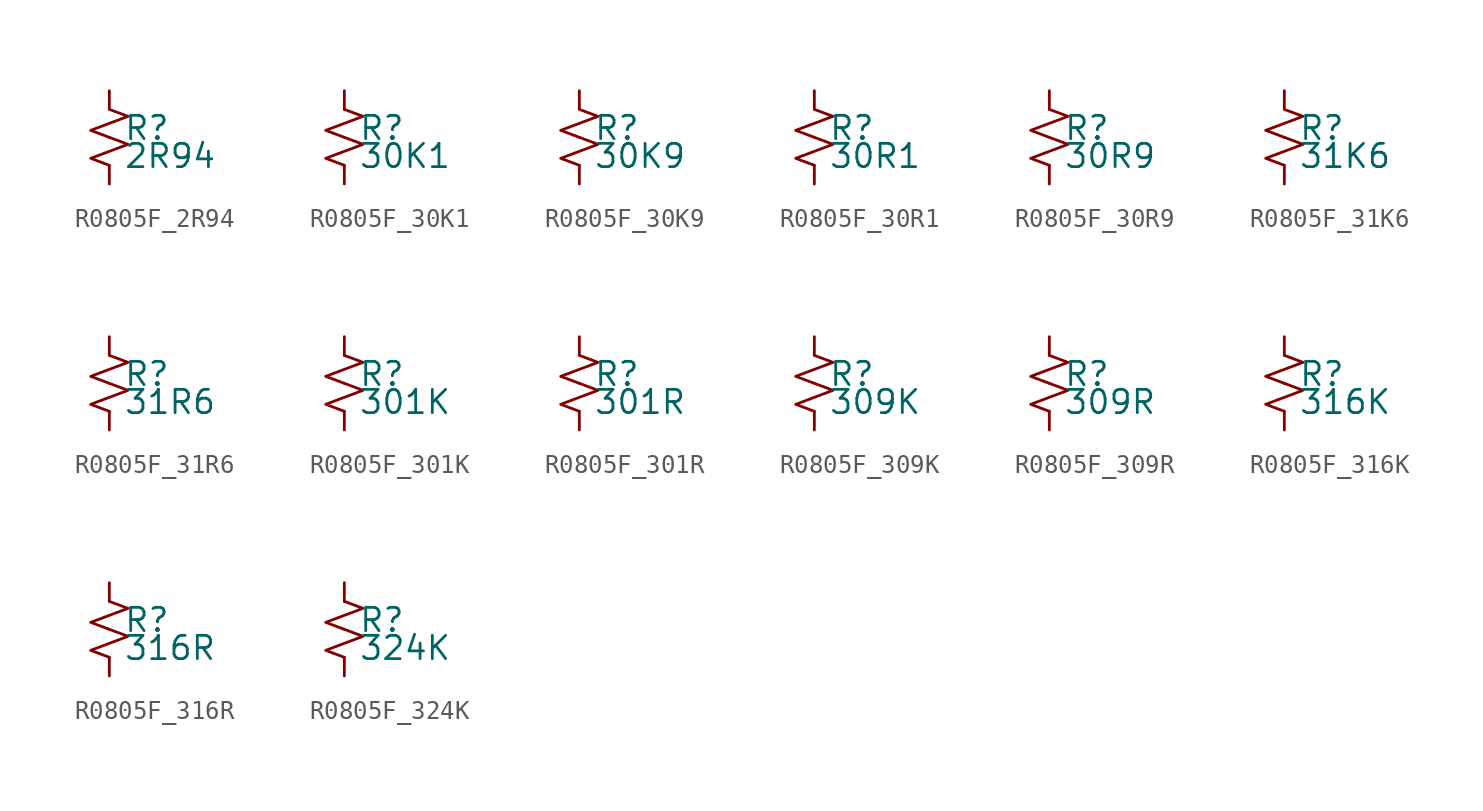
<source format=kicad_sym>
(kicad_symbol_lib
  (version 20220914)
  (generator kicad_symbol_editor)
  (symbol "R0805F_2R94"
    (pin_numbers hide)
    (pin_names
      (offset 0.254) hide)
    (property "Reference" "R"
      (at 0.762 0.508 0)
      (effects (font (size 1.27 1.27)) (justify left)))
    (property "Value" "2R94"
      (at 0.762 -1.016 0)
      (effects (font (size 1.27 1.27)) (justify left)))
    (symbol "R0805F_2R94_1_1"
      (polyline (pts (xy 0 0) (xy 1.016 -0.381) (xy 0 -0.762) (xy -1.016 -1.143) (xy 0 -1.524)) (stroke (width 0) (type default)) (fill (type none)))
      (polyline (pts (xy 0 1.524) (xy 1.016 1.143) (xy 0 0.762) (xy -1.016 0.381) (xy 0 0)) (stroke (width 0) (type default)) (fill (type none)))
      (pin passive line (at 0 2.54 270) (length 1.016) (name "~" (effects (font (size 1.27 1.27)))) (number "1" (effects (font (size 1.27 1.27)))))
      (pin passive line (at 0 -2.54 90) (length 1.016) (name "~" (effects (font (size 1.27 1.27)))) (number "2" (effects (font (size 1.27 1.27)))))))
  (symbol "R0805F_30K1"
    (pin_numbers hide)
    (pin_names
      (offset 0.254) hide)
    (property "Reference" "R"
      (at 0.762 0.508 0)
      (effects (font (size 1.27 1.27)) (justify left)))
    (property "Value" "30K1"
      (at 0.762 -1.016 0)
      (effects (font (size 1.27 1.27)) (justify left)))
    (symbol "R0805F_30K1_1_1"
      (polyline (pts (xy 0 0) (xy 1.016 -0.381) (xy 0 -0.762) (xy -1.016 -1.143) (xy 0 -1.524)) (stroke (width 0) (type default)) (fill (type none)))
      (polyline (pts (xy 0 1.524) (xy 1.016 1.143) (xy 0 0.762) (xy -1.016 0.381) (xy 0 0)) (stroke (width 0) (type default)) (fill (type none)))
      (pin passive line (at 0 2.54 270) (length 1.016) (name "~" (effects (font (size 1.27 1.27)))) (number "1" (effects (font (size 1.27 1.27)))))
      (pin passive line (at 0 -2.54 90) (length 1.016) (name "~" (effects (font (size 1.27 1.27)))) (number "2" (effects (font (size 1.27 1.27)))))))
  (symbol "R0805F_30K9"
    (pin_numbers hide)
    (pin_names
      (offset 0.254) hide)
    (property "Reference" "R"
      (at 0.762 0.508 0)
      (effects (font (size 1.27 1.27)) (justify left)))
    (property "Value" "30K9"
      (at 0.762 -1.016 0)
      (effects (font (size 1.27 1.27)) (justify left)))
    (symbol "R0805F_30K9_1_1"
      (polyline (pts (xy 0 0) (xy 1.016 -0.381) (xy 0 -0.762) (xy -1.016 -1.143) (xy 0 -1.524)) (stroke (width 0) (type default)) (fill (type none)))
      (polyline (pts (xy 0 1.524) (xy 1.016 1.143) (xy 0 0.762) (xy -1.016 0.381) (xy 0 0)) (stroke (width 0) (type default)) (fill (type none)))
      (pin passive line (at 0 2.54 270) (length 1.016) (name "~" (effects (font (size 1.27 1.27)))) (number "1" (effects (font (size 1.27 1.27)))))
      (pin passive line (at 0 -2.54 90) (length 1.016) (name "~" (effects (font (size 1.27 1.27)))) (number "2" (effects (font (size 1.27 1.27)))))))
  (symbol "R0805F_30R1"
    (pin_numbers hide)
    (pin_names
      (offset 0.254) hide)
    (property "Reference" "R"
      (at 0.762 0.508 0)
      (effects (font (size 1.27 1.27)) (justify left)))
    (property "Value" "30R1"
      (at 0.762 -1.016 0)
      (effects (font (size 1.27 1.27)) (justify left)))
    (symbol "R0805F_30R1_1_1"
      (polyline (pts (xy 0 0) (xy 1.016 -0.381) (xy 0 -0.762) (xy -1.016 -1.143) (xy 0 -1.524)) (stroke (width 0) (type default)) (fill (type none)))
      (polyline (pts (xy 0 1.524) (xy 1.016 1.143) (xy 0 0.762) (xy -1.016 0.381) (xy 0 0)) (stroke (width 0) (type default)) (fill (type none)))
      (pin passive line (at 0 2.54 270) (length 1.016) (name "~" (effects (font (size 1.27 1.27)))) (number "1" (effects (font (size 1.27 1.27)))))
      (pin passive line (at 0 -2.54 90) (length 1.016) (name "~" (effects (font (size 1.27 1.27)))) (number "2" (effects (font (size 1.27 1.27)))))))
  (symbol "R0805F_30R9"
    (pin_numbers hide)
    (pin_names
      (offset 0.254) hide)
    (property "Reference" "R"
      (at 0.762 0.508 0)
      (effects (font (size 1.27 1.27)) (justify left)))
    (property "Value" "30R9"
      (at 0.762 -1.016 0)
      (effects (font (size 1.27 1.27)) (justify left)))
    (symbol "R0805F_30R9_1_1"
      (polyline (pts (xy 0 0) (xy 1.016 -0.381) (xy 0 -0.762) (xy -1.016 -1.143) (xy 0 -1.524)) (stroke (width 0) (type default)) (fill (type none)))
      (polyline (pts (xy 0 1.524) (xy 1.016 1.143) (xy 0 0.762) (xy -1.016 0.381) (xy 0 0)) (stroke (width 0) (type default)) (fill (type none)))
      (pin passive line (at 0 2.54 270) (length 1.016) (name "~" (effects (font (size 1.27 1.27)))) (number "1" (effects (font (size 1.27 1.27)))))
      (pin passive line (at 0 -2.54 90) (length 1.016) (name "~" (effects (font (size 1.27 1.27)))) (number "2" (effects (font (size 1.27 1.27)))))))
  (symbol "R0805F_31K6"
    (pin_numbers hide)
    (pin_names
      (offset 0.254) hide)
    (property "Reference" "R"
      (at 0.762 0.508 0)
      (effects (font (size 1.27 1.27)) (justify left)))
    (property "Value" "31K6"
      (at 0.762 -1.016 0)
      (effects (font (size 1.27 1.27)) (justify left)))
    (symbol "R0805F_31K6_1_1"
      (polyline (pts (xy 0 0) (xy 1.016 -0.381) (xy 0 -0.762) (xy -1.016 -1.143) (xy 0 -1.524)) (stroke (width 0) (type default)) (fill (type none)))
      (polyline (pts (xy 0 1.524) (xy 1.016 1.143) (xy 0 0.762) (xy -1.016 0.381) (xy 0 0)) (stroke (width 0) (type default)) (fill (type none)))
      (pin passive line (at 0 2.54 270) (length 1.016) (name "~" (effects (font (size 1.27 1.27)))) (number "1" (effects (font (size 1.27 1.27)))))
      (pin passive line (at 0 -2.54 90) (length 1.016) (name "~" (effects (font (size 1.27 1.27)))) (number "2" (effects (font (size 1.27 1.27)))))))
  (symbol "R0805F_31R6"
    (pin_numbers hide)
    (pin_names
      (offset 0.254) hide)
    (property "Reference" "R"
      (at 0.762 0.508 0)
      (effects (font (size 1.27 1.27)) (justify left)))
    (property "Value" "31R6"
      (at 0.762 -1.016 0)
      (effects (font (size 1.27 1.27)) (justify left)))
    (symbol "R0805F_31R6_1_1"
      (polyline (pts (xy 0 0) (xy 1.016 -0.381) (xy 0 -0.762) (xy -1.016 -1.143) (xy 0 -1.524)) (stroke (width 0) (type default)) (fill (type none)))
      (polyline (pts (xy 0 1.524) (xy 1.016 1.143) (xy 0 0.762) (xy -1.016 0.381) (xy 0 0)) (stroke (width 0) (type default)) (fill (type none)))
      (pin passive line (at 0 2.54 270) (length 1.016) (name "~" (effects (font (size 1.27 1.27)))) (number "1" (effects (font (size 1.27 1.27)))))
      (pin passive line (at 0 -2.54 90) (length 1.016) (name "~" (effects (font (size 1.27 1.27)))) (number "2" (effects (font (size 1.27 1.27)))))))
  (symbol "R0805F_301K"
    (pin_numbers hide)
    (pin_names
      (offset 0.254) hide)
    (property "Reference" "R"
      (at 0.762 0.508 0)
      (effects (font (size 1.27 1.27)) (justify left)))
    (property "Value" "301K"
      (at 0.762 -1.016 0)
      (effects (font (size 1.27 1.27)) (justify left)))
    (symbol "R0805F_301K_1_1"
      (polyline (pts (xy 0 0) (xy 1.016 -0.381) (xy 0 -0.762) (xy -1.016 -1.143) (xy 0 -1.524)) (stroke (width 0) (type default)) (fill (type none)))
      (polyline (pts (xy 0 1.524) (xy 1.016 1.143) (xy 0 0.762) (xy -1.016 0.381) (xy 0 0)) (stroke (width 0) (type default)) (fill (type none)))
      (pin passive line (at 0 2.54 270) (length 1.016) (name "~" (effects (font (size 1.27 1.27)))) (number "1" (effects (font (size 1.27 1.27)))))
      (pin passive line (at 0 -2.54 90) (length 1.016) (name "~" (effects (font (size 1.27 1.27)))) (number "2" (effects (font (size 1.27 1.27)))))))
  (symbol "R0805F_301R"
    (pin_numbers hide)
    (pin_names
      (offset 0.254) hide)
    (property "Reference" "R"
      (at 0.762 0.508 0)
      (effects (font (size 1.27 1.27)) (justify left)))
    (property "Value" "301R"
      (at 0.762 -1.016 0)
      (effects (font (size 1.27 1.27)) (justify left)))
    (symbol "R0805F_301R_1_1"
      (polyline (pts (xy 0 0) (xy 1.016 -0.381) (xy 0 -0.762) (xy -1.016 -1.143) (xy 0 -1.524)) (stroke (width 0) (type default)) (fill (type none)))
      (polyline (pts (xy 0 1.524) (xy 1.016 1.143) (xy 0 0.762) (xy -1.016 0.381) (xy 0 0)) (stroke (width 0) (type default)) (fill (type none)))
      (pin passive line (at 0 2.54 270) (length 1.016) (name "~" (effects (font (size 1.27 1.27)))) (number "1" (effects (font (size 1.27 1.27)))))
      (pin passive line (at 0 -2.54 90) (length 1.016) (name "~" (effects (font (size 1.27 1.27)))) (number "2" (effects (font (size 1.27 1.27)))))))
  (symbol "R0805F_309K"
    (pin_numbers hide)
    (pin_names
      (offset 0.254) hide)
    (property "Reference" "R"
      (at 0.762 0.508 0)
      (effects (font (size 1.27 1.27)) (justify left)))
    (property "Value" "309K"
      (at 0.762 -1.016 0)
      (effects (font (size 1.27 1.27)) (justify left)))
    (symbol "R0805F_309K_1_1"
      (polyline (pts (xy 0 0) (xy 1.016 -0.381) (xy 0 -0.762) (xy -1.016 -1.143) (xy 0 -1.524)) (stroke (width 0) (type default)) (fill (type none)))
      (polyline (pts (xy 0 1.524) (xy 1.016 1.143) (xy 0 0.762) (xy -1.016 0.381) (xy 0 0)) (stroke (width 0) (type default)) (fill (type none)))
      (pin passive line (at 0 2.54 270) (length 1.016) (name "~" (effects (font (size 1.27 1.27)))) (number "1" (effects (font (size 1.27 1.27)))))
      (pin passive line (at 0 -2.54 90) (length 1.016) (name "~" (effects (font (size 1.27 1.27)))) (number "2" (effects (font (size 1.27 1.27)))))))
  (symbol "R0805F_309R"
    (pin_numbers hide)
    (pin_names
      (offset 0.254) hide)
    (property "Reference" "R"
      (at 0.762 0.508 0)
      (effects (font (size 1.27 1.27)) (justify left)))
    (property "Value" "309R"
      (at 0.762 -1.016 0)
      (effects (font (size 1.27 1.27)) (justify left)))
    (symbol "R0805F_309R_1_1"
      (polyline (pts (xy 0 0) (xy 1.016 -0.381) (xy 0 -0.762) (xy -1.016 -1.143) (xy 0 -1.524)) (stroke (width 0) (type default)) (fill (type none)))
      (polyline (pts (xy 0 1.524) (xy 1.016 1.143) (xy 0 0.762) (xy -1.016 0.381) (xy 0 0)) (stroke (width 0) (type default)) (fill (type none)))
      (pin passive line (at 0 2.54 270) (length 1.016) (name "~" (effects (font (size 1.27 1.27)))) (number "1" (effects (font (size 1.27 1.27)))))
      (pin passive line (at 0 -2.54 90) (length 1.016) (name "~" (effects (font (size 1.27 1.27)))) (number "2" (effects (font (size 1.27 1.27)))))))
  (symbol "R0805F_316K"
    (pin_numbers hide)
    (pin_names
      (offset 0.254) hide)
    (property "Reference" "R"
      (at 0.762 0.508 0)
      (effects (font (size 1.27 1.27)) (justify left)))
    (property "Value" "316K"
      (at 0.762 -1.016 0)
      (effects (font (size 1.27 1.27)) (justify left)))
    (symbol "R0805F_316K_1_1"
      (polyline (pts (xy 0 0) (xy 1.016 -0.381) (xy 0 -0.762) (xy -1.016 -1.143) (xy 0 -1.524)) (stroke (width 0) (type default)) (fill (type none)))
      (polyline (pts (xy 0 1.524) (xy 1.016 1.143) (xy 0 0.762) (xy -1.016 0.381) (xy 0 0)) (stroke (width 0) (type default)) (fill (type none)))
      (pin passive line (at 0 2.54 270) (length 1.016) (name "~" (effects (font (size 1.27 1.27)))) (number "1" (effects (font (size 1.27 1.27)))))
      (pin passive line (at 0 -2.54 90) (length 1.016) (name "~" (effects (font (size 1.27 1.27)))) (number "2" (effects (font (size 1.27 1.27)))))))
  (symbol "R0805F_316R"
    (pin_numbers hide)
    (pin_names
      (offset 0.254) hide)
    (property "Reference" "R"
      (at 0.762 0.508 0)
      (effects (font (size 1.27 1.27)) (justify left)))
    (property "Value" "316R"
      (at 0.762 -1.016 0)
      (effects (font (size 1.27 1.27)) (justify left)))
    (symbol "R0805F_316R_1_1"
      (polyline (pts (xy 0 0) (xy 1.016 -0.381) (xy 0 -0.762) (xy -1.016 -1.143) (xy 0 -1.524)) (stroke (width 0) (type default)) (fill (type none)))
      (polyline (pts (xy 0 1.524) (xy 1.016 1.143) (xy 0 0.762) (xy -1.016 0.381) (xy 0 0)) (stroke (width 0) (type default)) (fill (type none)))
      (pin passive line (at 0 2.54 270) (length 1.016) (name "~" (effects (font (size 1.27 1.27)))) (number "1" (effects (font (size 1.27 1.27)))))
      (pin passive line (at 0 -2.54 90) (length 1.016) (name "~" (effects (font (size 1.27 1.27)))) (number "2" (effects (font (size 1.27 1.27)))))))
  (symbol "R0805F_324K"
    (pin_numbers hide)
    (pin_names
      (offset 0.254) hide)
    (property "Reference" "R"
      (at 0.762 0.508 0)
      (effects (font (size 1.27 1.27)) (justify left)))
    (property "Value" "324K"
      (at 0.762 -1.016 0)
      (effects (font (size 1.27 1.27)) (justify left)))
    (symbol "R0805F_324K_1_1"
      (polyline (pts (xy 0 0) (xy 1.016 -0.381) (xy 0 -0.762) (xy -1.016 -1.143) (xy 0 -1.524)) (stroke (width 0) (type default)) (fill (type none)))
      (polyline (pts (xy 0 1.524) (xy 1.016 1.143) (xy 0 0.762) (xy -1.016 0.381) (xy 0 0)) (stroke (width 0) (type default)) (fill (type none)))
      (pin passive line (at 0 2.54 270) (length 1.016) (name "~" (effects (font (size 1.27 1.27)))) (number "1" (effects (font (size 1.27 1.27)))))
      (pin passive line (at 0 -2.54 90) (length 1.016) (name "~" (effects (font (size 1.27 1.27)))) (number "2" (effects (font (size 1.27 1.27))))))))
</source>
